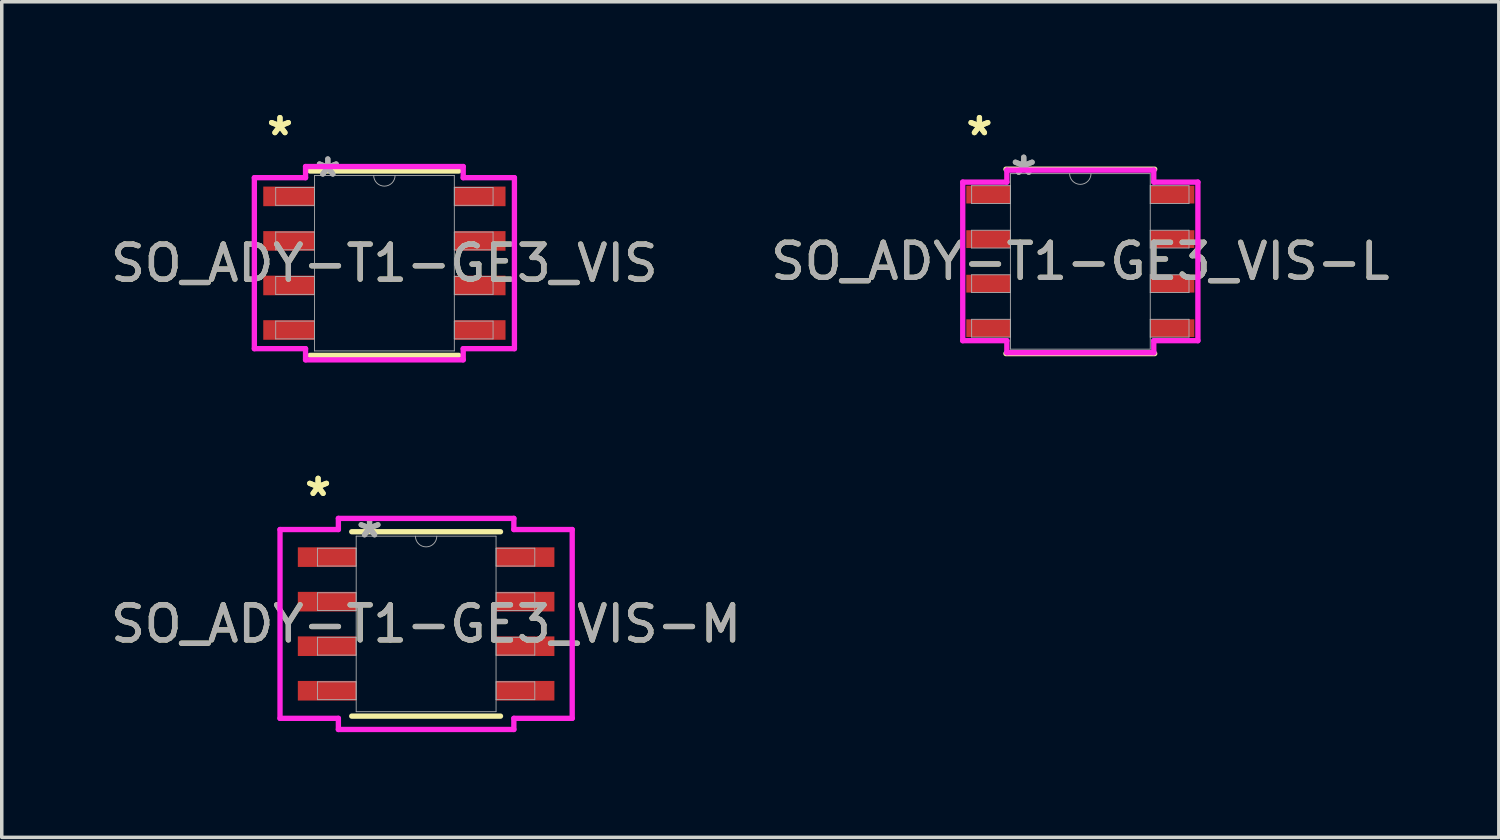
<source format=kicad_pcb>
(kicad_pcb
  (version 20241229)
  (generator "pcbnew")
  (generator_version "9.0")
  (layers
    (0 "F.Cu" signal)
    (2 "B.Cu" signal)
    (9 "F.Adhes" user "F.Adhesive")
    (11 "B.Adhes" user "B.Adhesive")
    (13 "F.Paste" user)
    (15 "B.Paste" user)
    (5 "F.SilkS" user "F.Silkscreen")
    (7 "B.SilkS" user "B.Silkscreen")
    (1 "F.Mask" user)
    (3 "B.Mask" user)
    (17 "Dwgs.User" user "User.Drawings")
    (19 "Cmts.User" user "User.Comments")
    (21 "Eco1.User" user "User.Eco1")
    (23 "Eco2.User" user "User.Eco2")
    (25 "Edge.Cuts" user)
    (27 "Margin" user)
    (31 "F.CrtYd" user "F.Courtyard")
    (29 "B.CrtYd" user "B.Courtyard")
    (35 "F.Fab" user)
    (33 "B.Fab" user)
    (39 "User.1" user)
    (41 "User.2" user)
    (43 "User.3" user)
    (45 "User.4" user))
  (footprint "SO_ADY-T1-GE3_VIS-M"
    (layer "F.Cu")
    (at 9.101 14.742)
    (property "Reference" "SO_ADY-T1-GE3_VIS-M" (at 0 0 0) (unlocked yes) (layer "F.SilkS") (effects (font (size 1 1) (thickness 0.15))))
    (attr smd)
    (fp_line (start -2.121 2.629) (end 2.121 2.629) (stroke (width 0.152) (type solid)) (layer "F.SilkS"))
    (fp_line (start 2.121 -2.629) (end -2.121 -2.629) (stroke (width 0.152) (type solid)) (layer "F.SilkS"))
    (fp_line (start -4.166 -2.692) (end -2.502 -2.692) (stroke (width 0.152) (type solid)) (layer "F.CrtYd"))
    (fp_line (start -4.166 2.692) (end -4.166 -2.692) (stroke (width 0.152) (type solid)) (layer "F.CrtYd"))
    (fp_line (start -4.166 2.692) (end -2.502 2.692) (stroke (width 0.152) (type solid)) (layer "F.CrtYd"))
    (fp_line (start -2.502 -3.01) (end 2.502 -3.01) (stroke (width 0.152) (type solid)) (layer "F.CrtYd"))
    (fp_line (start -2.502 -2.692) (end -2.502 -3.01) (stroke (width 0.152) (type solid)) (layer "F.CrtYd"))
    (fp_line (start -2.502 3.01) (end -2.502 2.692) (stroke (width 0.152) (type solid)) (layer "F.CrtYd"))
    (fp_line (start 2.502 -3.01) (end 2.502 -2.692) (stroke (width 0.152) (type solid)) (layer "F.CrtYd"))
    (fp_line (start 2.502 2.692) (end 2.502 3.01) (stroke (width 0.152) (type solid)) (layer "F.CrtYd"))
    (fp_line (start 2.502 3.01) (end -2.502 3.01) (stroke (width 0.152) (type solid)) (layer "F.CrtYd"))
    (fp_line (start 4.166 -2.692) (end 2.502 -2.692) (stroke (width 0.152) (type solid)) (layer "F.CrtYd"))
    (fp_line (start 4.166 -2.692) (end 4.166 2.692) (stroke (width 0.152) (type solid)) (layer "F.CrtYd"))
    (fp_line (start 4.166 2.692) (end 2.502 2.692) (stroke (width 0.152) (type solid)) (layer "F.CrtYd"))
    (fp_line (start -3.099 -2.159) (end -3.099 -1.651) (stroke (width 0.025) (type solid)) (layer "F.Fab"))
    (fp_line (start -3.099 -1.651) (end -1.994 -1.651) (stroke (width 0.025) (type solid)) (layer "F.Fab"))
    (fp_line (start -3.099 -0.889) (end -3.099 -0.381) (stroke (width 0.025) (type solid)) (layer "F.Fab"))
    (fp_line (start -3.099 -0.381) (end -1.994 -0.381) (stroke (width 0.025) (type solid)) (layer "F.Fab"))
    (fp_line (start -3.099 0.381) (end -3.099 0.889) (stroke (width 0.025) (type solid)) (layer "F.Fab"))
    (fp_line (start -3.099 0.889) (end -1.994 0.889) (stroke (width 0.025) (type solid)) (layer "F.Fab"))
    (fp_line (start -3.099 1.651) (end -3.099 2.159) (stroke (width 0.025) (type solid)) (layer "F.Fab"))
    (fp_line (start -3.099 2.159) (end -1.994 2.159) (stroke (width 0.025) (type solid)) (layer "F.Fab"))
    (fp_line (start -1.994 -2.502) (end -1.994 2.502) (stroke (width 0.025) (type solid)) (layer "F.Fab"))
    (fp_line (start -1.994 -2.159) (end -3.099 -2.159) (stroke (width 0.025) (type solid)) (layer "F.Fab"))
    (fp_line (start -1.994 -1.651) (end -1.994 -2.159) (stroke (width 0.025) (type solid)) (layer "F.Fab"))
    (fp_line (start -1.994 -0.889) (end -3.099 -0.889) (stroke (width 0.025) (type solid)) (layer "F.Fab"))
    (fp_line (start -1.994 -0.381) (end -1.994 -0.889) (stroke (width 0.025) (type solid)) (layer "F.Fab"))
    (fp_line (start -1.994 0.381) (end -3.099 0.381) (stroke (width 0.025) (type solid)) (layer "F.Fab"))
    (fp_line (start -1.994 0.889) (end -1.994 0.381) (stroke (width 0.025) (type solid)) (layer "F.Fab"))
    (fp_line (start -1.994 1.651) (end -3.099 1.651) (stroke (width 0.025) (type solid)) (layer "F.Fab"))
    (fp_line (start -1.994 2.159) (end -1.994 1.651) (stroke (width 0.025) (type solid)) (layer "F.Fab"))
    (fp_line (start -1.994 2.502) (end 1.994 2.502) (stroke (width 0.025) (type solid)) (layer "F.Fab"))
    (fp_line (start 1.994 -2.502) (end -1.994 -2.502) (stroke (width 0.025) (type solid)) (layer "F.Fab"))
    (fp_line (start 1.994 -2.159) (end 1.994 -1.651) (stroke (width 0.025) (type solid)) (layer "F.Fab"))
    (fp_line (start 1.994 -1.651) (end 3.099 -1.651) (stroke (width 0.025) (type solid)) (layer "F.Fab"))
    (fp_line (start 1.994 -0.889) (end 1.994 -0.381) (stroke (width 0.025) (type solid)) (layer "F.Fab"))
    (fp_line (start 1.994 -0.381) (end 3.099 -0.381) (stroke (width 0.025) (type solid)) (layer "F.Fab"))
    (fp_line (start 1.994 0.381) (end 1.994 0.889) (stroke (width 0.025) (type solid)) (layer "F.Fab"))
    (fp_line (start 1.994 0.889) (end 3.099 0.889) (stroke (width 0.025) (type solid)) (layer "F.Fab"))
    (fp_line (start 1.994 1.651) (end 1.994 2.159) (stroke (width 0.025) (type solid)) (layer "F.Fab"))
    (fp_line (start 1.994 2.159) (end 3.099 2.159) (stroke (width 0.025) (type solid)) (layer "F.Fab"))
    (fp_line (start 1.994 2.502) (end 1.994 -2.502) (stroke (width 0.025) (type solid)) (layer "F.Fab"))
    (fp_line (start 3.099 -2.159) (end 1.994 -2.159) (stroke (width 0.025) (type solid)) (layer "F.Fab"))
    (fp_line (start 3.099 -1.651) (end 3.099 -2.159) (stroke (width 0.025) (type solid)) (layer "F.Fab"))
    (fp_line (start 3.099 -0.889) (end 1.994 -0.889) (stroke (width 0.025) (type solid)) (layer "F.Fab"))
    (fp_line (start 3.099 -0.381) (end 3.099 -0.889) (stroke (width 0.025) (type solid)) (layer "F.Fab"))
    (fp_line (start 3.099 0.381) (end 1.994 0.381) (stroke (width 0.025) (type solid)) (layer "F.Fab"))
    (fp_line (start 3.099 0.889) (end 3.099 0.381) (stroke (width 0.025) (type solid)) (layer "F.Fab"))
    (fp_line (start 3.099 1.651) (end 1.994 1.651) (stroke (width 0.025) (type solid)) (layer "F.Fab"))
    (fp_line (start 3.099 2.159) (end 3.099 1.651) (stroke (width 0.025) (type solid)) (layer "F.Fab"))
    (fp_arc (start 0.3048 -2.5019) (mid 0 -2.1971) (end -0.3048 -2.5019) (stroke (width 0.0254) (type solid)) (layer "F.Fab"))
    (fp_text user "*" (at -3.08 -3.607 0) (unlocked yes) (layer "F.SilkS") (effects (font (size 1 1) (thickness 0.15))))
    (fp_text user "*" (at -3.08 -3.607 0) (layer "F.SilkS") (effects (font (size 1 1) (thickness 0.15))))
    (fp_text user "*" (at -1.613 -2.426 0) (unlocked yes) (layer "F.Fab") (effects (font (size 1 1) (thickness 0.15))))
    (fp_text user "${REFERENCE}" (at 0 0 0) (unlocked yes) (layer "F.Fab") (effects (font (size 1 1) (thickness 0.15))))
    (fp_text user "*" (at -1.613 -2.426 0) (layer "F.Fab") (effects (font (size 1 1) (thickness 0.15))))
    (pad "1" smd rect (at -2.826 -1.905) (size 1.664 0.559) (layers "F.Cu" "F.Mask" "F.Paste"))
    (pad "2" smd rect (at -2.826 -0.635) (size 1.664 0.559) (layers "F.Cu" "F.Mask" "F.Paste"))
    (pad "3" smd rect (at -2.826 0.635) (size 1.664 0.559) (layers "F.Cu" "F.Mask" "F.Paste"))
    (pad "4" smd rect (at -2.826 1.905) (size 1.664 0.559) (layers "F.Cu" "F.Mask" "F.Paste"))
    (pad "5" smd rect (at 2.826 1.905) (size 1.664 0.559) (layers "F.Cu" "F.Mask" "F.Paste"))
    (pad "6" smd rect (at 2.826 0.635) (size 1.664 0.559) (layers "F.Cu" "F.Mask" "F.Paste"))
    (pad "7" smd rect (at 2.826 -0.635) (size 1.664 0.559) (layers "F.Cu" "F.Mask" "F.Paste"))
    (pad "8" smd rect (at 2.826 -1.905) (size 1.664 0.559) (layers "F.Cu" "F.Mask" "F.Paste")))
  (footprint "SO_ADY-T1-GE3_VIS-L"
    (layer "F.Cu")
    (at 27.756 4.404)
    (property "Reference" "SO_ADY-T1-GE3_VIS-L" (at 0 0 0) (unlocked yes) (layer "F.SilkS") (effects (font (size 1 1) (thickness 0.15))))
    (attr smd)
    (fp_line (start -2.121 2.629) (end 2.121 2.629) (stroke (width 0.152) (type solid)) (layer "F.SilkS"))
    (fp_line (start 2.121 -2.629) (end -2.121 -2.629) (stroke (width 0.152) (type solid)) (layer "F.SilkS"))
    (fp_line (start -3.353 -2.261) (end -2.095 -2.261) (stroke (width 0.152) (type solid)) (layer "F.CrtYd"))
    (fp_line (start -3.353 2.261) (end -3.353 -2.261) (stroke (width 0.152) (type solid)) (layer "F.CrtYd"))
    (fp_line (start -3.353 2.261) (end -2.095 2.261) (stroke (width 0.152) (type solid)) (layer "F.CrtYd"))
    (fp_line (start -2.095 -2.603) (end 2.095 -2.603) (stroke (width 0.152) (type solid)) (layer "F.CrtYd"))
    (fp_line (start -2.095 -2.261) (end -2.095 -2.603) (stroke (width 0.152) (type solid)) (layer "F.CrtYd"))
    (fp_line (start -2.095 2.603) (end -2.095 2.261) (stroke (width 0.152) (type solid)) (layer "F.CrtYd"))
    (fp_line (start 2.095 -2.603) (end 2.095 -2.261) (stroke (width 0.152) (type solid)) (layer "F.CrtYd"))
    (fp_line (start 2.095 2.261) (end 2.095 2.603) (stroke (width 0.152) (type solid)) (layer "F.CrtYd"))
    (fp_line (start 2.095 2.603) (end -2.095 2.603) (stroke (width 0.152) (type solid)) (layer "F.CrtYd"))
    (fp_line (start 3.353 -2.261) (end 2.095 -2.261) (stroke (width 0.152) (type solid)) (layer "F.CrtYd"))
    (fp_line (start 3.353 -2.261) (end 3.353 2.261) (stroke (width 0.152) (type solid)) (layer "F.CrtYd"))
    (fp_line (start 3.353 2.261) (end 2.095 2.261) (stroke (width 0.152) (type solid)) (layer "F.CrtYd"))
    (fp_line (start -3.099 -2.159) (end -3.099 -1.651) (stroke (width 0.025) (type solid)) (layer "F.Fab"))
    (fp_line (start -3.099 -1.651) (end -1.994 -1.651) (stroke (width 0.025) (type solid)) (layer "F.Fab"))
    (fp_line (start -3.099 -0.889) (end -3.099 -0.381) (stroke (width 0.025) (type solid)) (layer "F.Fab"))
    (fp_line (start -3.099 -0.381) (end -1.994 -0.381) (stroke (width 0.025) (type solid)) (layer "F.Fab"))
    (fp_line (start -3.099 0.381) (end -3.099 0.889) (stroke (width 0.025) (type solid)) (layer "F.Fab"))
    (fp_line (start -3.099 0.889) (end -1.994 0.889) (stroke (width 0.025) (type solid)) (layer "F.Fab"))
    (fp_line (start -3.099 1.651) (end -3.099 2.159) (stroke (width 0.025) (type solid)) (layer "F.Fab"))
    (fp_line (start -3.099 2.159) (end -1.994 2.159) (stroke (width 0.025) (type solid)) (layer "F.Fab"))
    (fp_line (start -1.994 -2.502) (end -1.994 2.502) (stroke (width 0.025) (type solid)) (layer "F.Fab"))
    (fp_line (start -1.994 -2.159) (end -3.099 -2.159) (stroke (width 0.025) (type solid)) (layer "F.Fab"))
    (fp_line (start -1.994 -1.651) (end -1.994 -2.159) (stroke (width 0.025) (type solid)) (layer "F.Fab"))
    (fp_line (start -1.994 -0.889) (end -3.099 -0.889) (stroke (width 0.025) (type solid)) (layer "F.Fab"))
    (fp_line (start -1.994 -0.381) (end -1.994 -0.889) (stroke (width 0.025) (type solid)) (layer "F.Fab"))
    (fp_line (start -1.994 0.381) (end -3.099 0.381) (stroke (width 0.025) (type solid)) (layer "F.Fab"))
    (fp_line (start -1.994 0.889) (end -1.994 0.381) (stroke (width 0.025) (type solid)) (layer "F.Fab"))
    (fp_line (start -1.994 1.651) (end -3.099 1.651) (stroke (width 0.025) (type solid)) (layer "F.Fab"))
    (fp_line (start -1.994 2.159) (end -1.994 1.651) (stroke (width 0.025) (type solid)) (layer "F.Fab"))
    (fp_line (start -1.994 2.502) (end 1.994 2.502) (stroke (width 0.025) (type solid)) (layer "F.Fab"))
    (fp_line (start 1.994 -2.502) (end -1.994 -2.502) (stroke (width 0.025) (type solid)) (layer "F.Fab"))
    (fp_line (start 1.994 -2.159) (end 1.994 -1.651) (stroke (width 0.025) (type solid)) (layer "F.Fab"))
    (fp_line (start 1.994 -1.651) (end 3.099 -1.651) (stroke (width 0.025) (type solid)) (layer "F.Fab"))
    (fp_line (start 1.994 -0.889) (end 1.994 -0.381) (stroke (width 0.025) (type solid)) (layer "F.Fab"))
    (fp_line (start 1.994 -0.381) (end 3.099 -0.381) (stroke (width 0.025) (type solid)) (layer "F.Fab"))
    (fp_line (start 1.994 0.381) (end 1.994 0.889) (stroke (width 0.025) (type solid)) (layer "F.Fab"))
    (fp_line (start 1.994 0.889) (end 3.099 0.889) (stroke (width 0.025) (type solid)) (layer "F.Fab"))
    (fp_line (start 1.994 1.651) (end 1.994 2.159) (stroke (width 0.025) (type solid)) (layer "F.Fab"))
    (fp_line (start 1.994 2.159) (end 3.099 2.159) (stroke (width 0.025) (type solid)) (layer "F.Fab"))
    (fp_line (start 1.994 2.502) (end 1.994 -2.502) (stroke (width 0.025) (type solid)) (layer "F.Fab"))
    (fp_line (start 3.099 -2.159) (end 1.994 -2.159) (stroke (width 0.025) (type solid)) (layer "F.Fab"))
    (fp_line (start 3.099 -1.651) (end 3.099 -2.159) (stroke (width 0.025) (type solid)) (layer "F.Fab"))
    (fp_line (start 3.099 -0.889) (end 1.994 -0.889) (stroke (width 0.025) (type solid)) (layer "F.Fab"))
    (fp_line (start 3.099 -0.381) (end 3.099 -0.889) (stroke (width 0.025) (type solid)) (layer "F.Fab"))
    (fp_line (start 3.099 0.381) (end 1.994 0.381) (stroke (width 0.025) (type solid)) (layer "F.Fab"))
    (fp_line (start 3.099 0.889) (end 3.099 0.381) (stroke (width 0.025) (type solid)) (layer "F.Fab"))
    (fp_line (start 3.099 1.651) (end 1.994 1.651) (stroke (width 0.025) (type solid)) (layer "F.Fab"))
    (fp_line (start 3.099 2.159) (end 3.099 1.651) (stroke (width 0.025) (type solid)) (layer "F.Fab"))
    (fp_arc (start 0.3048 -2.5019) (mid 0 -2.1971) (end -0.3048 -2.5019) (stroke (width 0.0254) (type solid)) (layer "F.Fab"))
    (fp_text user "*" (at -2.877 -3.556 0) (unlocked yes) (layer "F.SilkS") (effects (font (size 1 1) (thickness 0.15))))
    (fp_text user "*" (at -2.877 -3.556 0) (layer "F.SilkS") (effects (font (size 1 1) (thickness 0.15))))
    (fp_text user "*" (at -1.613 -2.426 0) (layer "F.Fab") (effects (font (size 1 1) (thickness 0.15))))
    (fp_text user "${REFERENCE}" (at 0 0 0) (unlocked yes) (layer "F.Fab") (effects (font (size 1 1) (thickness 0.15))))
    (fp_text user "*" (at -1.613 -2.426 0) (unlocked yes) (layer "F.Fab") (effects (font (size 1 1) (thickness 0.15))))
    (pad "1" smd rect (at -2.623 -1.905) (size 1.257 0.508) (layers "F.Cu" "F.Mask" "F.Paste"))
    (pad "2" smd rect (at -2.623 -0.635) (size 1.257 0.508) (layers "F.Cu" "F.Mask" "F.Paste"))
    (pad "3" smd rect (at -2.623 0.635) (size 1.257 0.508) (layers "F.Cu" "F.Mask" "F.Paste"))
    (pad "4" smd rect (at -2.623 1.905) (size 1.257 0.508) (layers "F.Cu" "F.Mask" "F.Paste"))
    (pad "5" smd rect (at 2.623 1.905) (size 1.257 0.508) (layers "F.Cu" "F.Mask" "F.Paste"))
    (pad "6" smd rect (at 2.623 0.635) (size 1.257 0.508) (layers "F.Cu" "F.Mask" "F.Paste"))
    (pad "7" smd rect (at 2.623 -0.635) (size 1.257 0.508) (layers "F.Cu" "F.Mask" "F.Paste"))
    (pad "8" smd rect (at 2.623 -1.905) (size 1.257 0.508) (layers "F.Cu" "F.Mask" "F.Paste")))
  (footprint "SO_ADY-T1-GE3_VIS"
    (layer "F.Cu")
    (at 7.911 4.455)
    (property "Reference" "SO_ADY-T1-GE3_VIS" (at 0 0 0) (unlocked yes) (layer "F.SilkS") (effects (font (size 1 1) (thickness 0.15))))
    (attr smd)
    (fp_line (start -2.121 2.629) (end 2.121 2.629) (stroke (width 0.152) (type solid)) (layer "F.SilkS"))
    (fp_line (start 2.121 -2.629) (end -2.121 -2.629) (stroke (width 0.152) (type solid)) (layer "F.SilkS"))
    (fp_line (start -3.708 -2.438) (end -2.248 -2.438) (stroke (width 0.152) (type solid)) (layer "F.CrtYd"))
    (fp_line (start -3.708 2.438) (end -3.708 -2.438) (stroke (width 0.152) (type solid)) (layer "F.CrtYd"))
    (fp_line (start -3.708 2.438) (end -2.248 2.438) (stroke (width 0.152) (type solid)) (layer "F.CrtYd"))
    (fp_line (start -2.248 -2.756) (end 2.248 -2.756) (stroke (width 0.152) (type solid)) (layer "F.CrtYd"))
    (fp_line (start -2.248 -2.438) (end -2.248 -2.756) (stroke (width 0.152) (type solid)) (layer "F.CrtYd"))
    (fp_line (start -2.248 2.756) (end -2.248 2.438) (stroke (width 0.152) (type solid)) (layer "F.CrtYd"))
    (fp_line (start 2.248 -2.756) (end 2.248 -2.438) (stroke (width 0.152) (type solid)) (layer "F.CrtYd"))
    (fp_line (start 2.248 2.438) (end 2.248 2.756) (stroke (width 0.152) (type solid)) (layer "F.CrtYd"))
    (fp_line (start 2.248 2.756) (end -2.248 2.756) (stroke (width 0.152) (type solid)) (layer "F.CrtYd"))
    (fp_line (start 3.708 -2.438) (end 2.248 -2.438) (stroke (width 0.152) (type solid)) (layer "F.CrtYd"))
    (fp_line (start 3.708 -2.438) (end 3.708 2.438) (stroke (width 0.152) (type solid)) (layer "F.CrtYd"))
    (fp_line (start 3.708 2.438) (end 2.248 2.438) (stroke (width 0.152) (type solid)) (layer "F.CrtYd"))
    (fp_line (start -3.099 -2.159) (end -3.099 -1.651) (stroke (width 0.025) (type solid)) (layer "F.Fab"))
    (fp_line (start -3.099 -1.651) (end -1.994 -1.651) (stroke (width 0.025) (type solid)) (layer "F.Fab"))
    (fp_line (start -3.099 -0.889) (end -3.099 -0.381) (stroke (width 0.025) (type solid)) (layer "F.Fab"))
    (fp_line (start -3.099 -0.381) (end -1.994 -0.381) (stroke (width 0.025) (type solid)) (layer "F.Fab"))
    (fp_line (start -3.099 0.381) (end -3.099 0.889) (stroke (width 0.025) (type solid)) (layer "F.Fab"))
    (fp_line (start -3.099 0.889) (end -1.994 0.889) (stroke (width 0.025) (type solid)) (layer "F.Fab"))
    (fp_line (start -3.099 1.651) (end -3.099 2.159) (stroke (width 0.025) (type solid)) (layer "F.Fab"))
    (fp_line (start -3.099 2.159) (end -1.994 2.159) (stroke (width 0.025) (type solid)) (layer "F.Fab"))
    (fp_line (start -1.994 -2.502) (end -1.994 2.502) (stroke (width 0.025) (type solid)) (layer "F.Fab"))
    (fp_line (start -1.994 -2.159) (end -3.099 -2.159) (stroke (width 0.025) (type solid)) (layer "F.Fab"))
    (fp_line (start -1.994 -1.651) (end -1.994 -2.159) (stroke (width 0.025) (type solid)) (layer "F.Fab"))
    (fp_line (start -1.994 -0.889) (end -3.099 -0.889) (stroke (width 0.025) (type solid)) (layer "F.Fab"))
    (fp_line (start -1.994 -0.381) (end -1.994 -0.889) (stroke (width 0.025) (type solid)) (layer "F.Fab"))
    (fp_line (start -1.994 0.381) (end -3.099 0.381) (stroke (width 0.025) (type solid)) (layer "F.Fab"))
    (fp_line (start -1.994 0.889) (end -1.994 0.381) (stroke (width 0.025) (type solid)) (layer "F.Fab"))
    (fp_line (start -1.994 1.651) (end -3.099 1.651) (stroke (width 0.025) (type solid)) (layer "F.Fab"))
    (fp_line (start -1.994 2.159) (end -1.994 1.651) (stroke (width 0.025) (type solid)) (layer "F.Fab"))
    (fp_line (start -1.994 2.502) (end 1.994 2.502) (stroke (width 0.025) (type solid)) (layer "F.Fab"))
    (fp_line (start 1.994 -2.502) (end -1.994 -2.502) (stroke (width 0.025) (type solid)) (layer "F.Fab"))
    (fp_line (start 1.994 -2.159) (end 1.994 -1.651) (stroke (width 0.025) (type solid)) (layer "F.Fab"))
    (fp_line (start 1.994 -1.651) (end 3.099 -1.651) (stroke (width 0.025) (type solid)) (layer "F.Fab"))
    (fp_line (start 1.994 -0.889) (end 1.994 -0.381) (stroke (width 0.025) (type solid)) (layer "F.Fab"))
    (fp_line (start 1.994 -0.381) (end 3.099 -0.381) (stroke (width 0.025) (type solid)) (layer "F.Fab"))
    (fp_line (start 1.994 0.381) (end 1.994 0.889) (stroke (width 0.025) (type solid)) (layer "F.Fab"))
    (fp_line (start 1.994 0.889) (end 3.099 0.889) (stroke (width 0.025) (type solid)) (layer "F.Fab"))
    (fp_line (start 1.994 1.651) (end 1.994 2.159) (stroke (width 0.025) (type solid)) (layer "F.Fab"))
    (fp_line (start 1.994 2.159) (end 3.099 2.159) (stroke (width 0.025) (type solid)) (layer "F.Fab"))
    (fp_line (start 1.994 2.502) (end 1.994 -2.502) (stroke (width 0.025) (type solid)) (layer "F.Fab"))
    (fp_line (start 3.099 -2.159) (end 1.994 -2.159) (stroke (width 0.025) (type solid)) (layer "F.Fab"))
    (fp_line (start 3.099 -1.651) (end 3.099 -2.159) (stroke (width 0.025) (type solid)) (layer "F.Fab"))
    (fp_line (start 3.099 -0.889) (end 1.994 -0.889) (stroke (width 0.025) (type solid)) (layer "F.Fab"))
    (fp_line (start 3.099 -0.381) (end 3.099 -0.889) (stroke (width 0.025) (type solid)) (layer "F.Fab"))
    (fp_line (start 3.099 0.381) (end 1.994 0.381) (stroke (width 0.025) (type solid)) (layer "F.Fab"))
    (fp_line (start 3.099 0.889) (end 3.099 0.381) (stroke (width 0.025) (type solid)) (layer "F.Fab"))
    (fp_line (start 3.099 1.651) (end 1.994 1.651) (stroke (width 0.025) (type solid)) (layer "F.Fab"))
    (fp_line (start 3.099 2.159) (end 3.099 1.651) (stroke (width 0.025) (type solid)) (layer "F.Fab"))
    (fp_arc (start 0.3048 -2.5019) (mid 0 -2.1971) (end -0.3048 -2.5019) (stroke (width 0.0254) (type solid)) (layer "F.Fab"))
    (fp_text user "*" (at -2.978 -3.607 0) (unlocked yes) (layer "F.SilkS") (effects (font (size 1 1) (thickness 0.15))))
    (fp_text user "*" (at -2.978 -3.607 0) (layer "F.SilkS") (effects (font (size 1 1) (thickness 0.15))))
    (fp_text user "*" (at -1.613 -2.426 0) (unlocked yes) (layer "F.Fab") (effects (font (size 1 1) (thickness 0.15))))
    (fp_text user "*" (at -1.613 -2.426 0) (layer "F.Fab") (effects (font (size 1 1) (thickness 0.15))))
    (fp_text user "${REFERENCE}" (at 0 0 0) (unlocked yes) (layer "F.Fab") (effects (font (size 1 1) (thickness 0.15))))
    (pad "1" smd rect (at -2.724 -1.905) (size 1.46 0.559) (layers "F.Cu" "F.Mask" "F.Paste"))
    (pad "2" smd rect (at -2.724 -0.635) (size 1.46 0.559) (layers "F.Cu" "F.Mask" "F.Paste"))
    (pad "3" smd rect (at -2.724 0.635) (size 1.46 0.559) (layers "F.Cu" "F.Mask" "F.Paste"))
    (pad "4" smd rect (at -2.724 1.905) (size 1.46 0.559) (layers "F.Cu" "F.Mask" "F.Paste"))
    (pad "5" smd rect (at 2.724 1.905) (size 1.46 0.559) (layers "F.Cu" "F.Mask" "F.Paste"))
    (pad "6" smd rect (at 2.724 0.635) (size 1.46 0.559) (layers "F.Cu" "F.Mask" "F.Paste"))
    (pad "7" smd rect (at 2.724 -0.635) (size 1.46 0.559) (layers "F.Cu" "F.Mask" "F.Paste"))
    (pad "8" smd rect (at 2.724 -1.905) (size 1.46 0.559) (layers "F.Cu" "F.Mask" "F.Paste")))
  (gr_rect
    (start -3 -3)
    (end 39.69 20.828)
    (stroke (width 0.1) (type default))
    (fill no)
    (layer "Edge.Cuts")))
</source>
